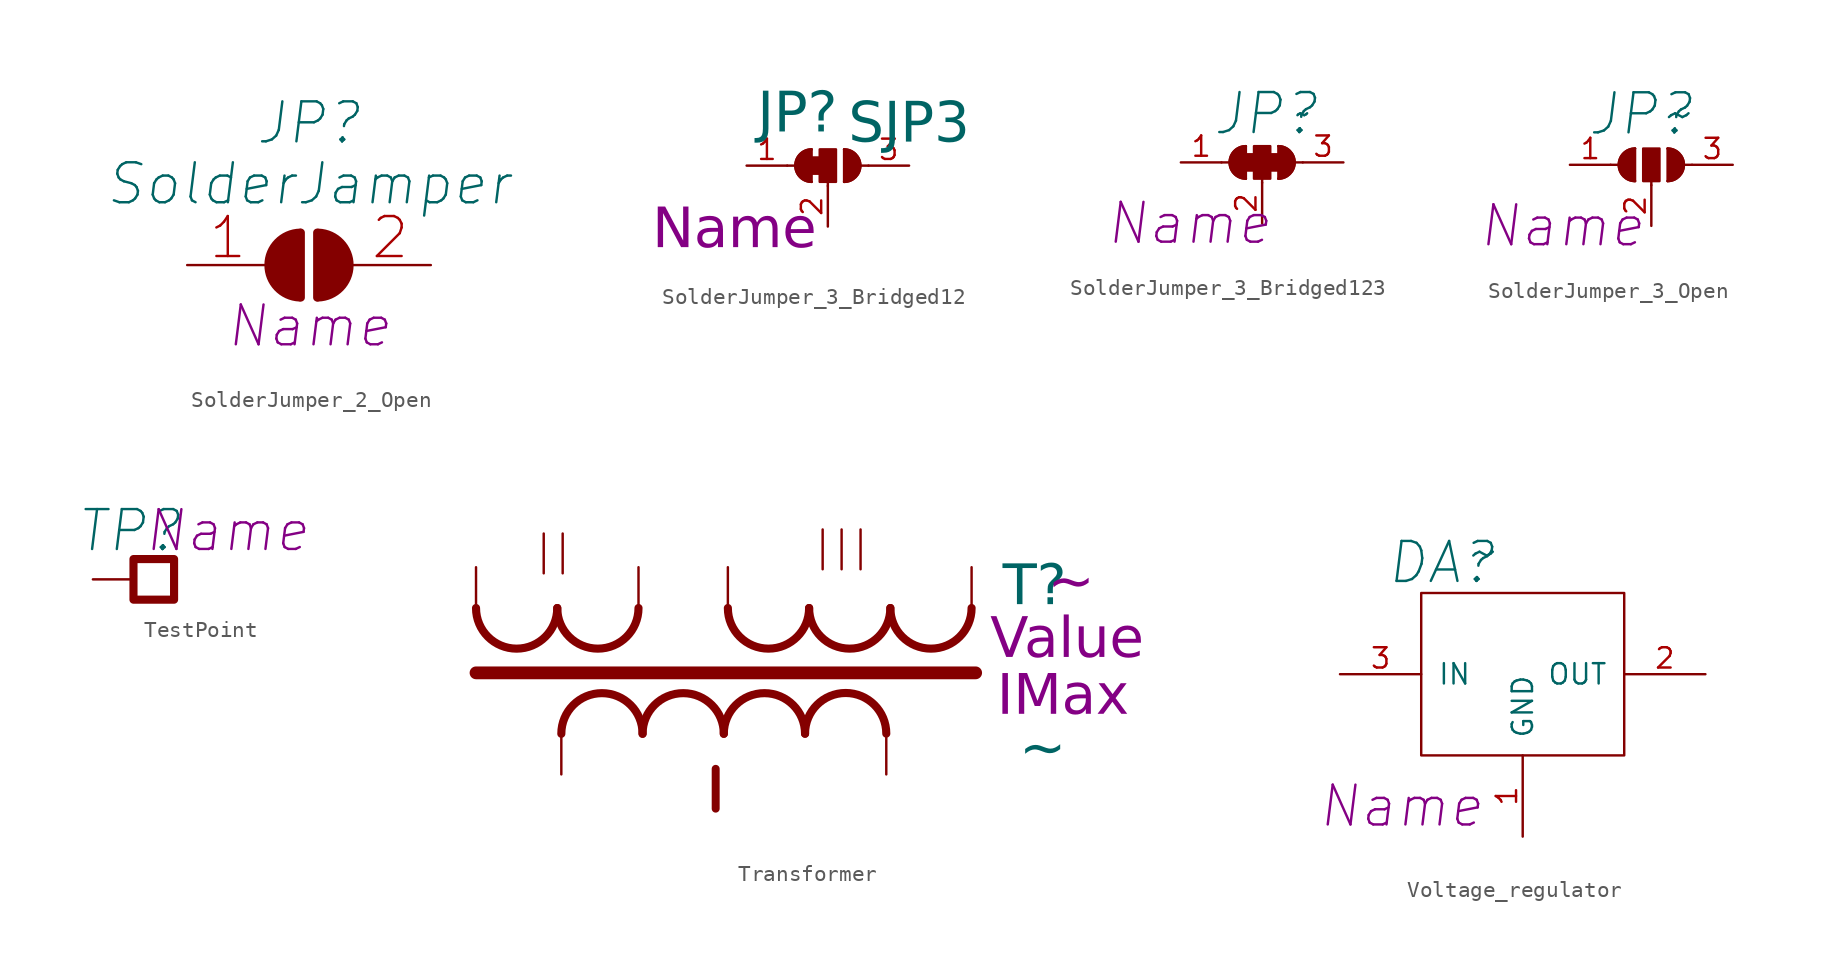
<source format=kicad_sym>
(kicad_symbol_lib
  (version 20241209)
  (generator "kicad_symbol_editor")
  (generator_version "9.0")
  (symbol "SolderJumper_2_Open"
    (pin_names
      (offset 0)
      (hide yes))
    (property "Reference" "JP"
      (at 0 8.89 0)
      (effects (font (size 2.5 2.5) (italic yes))))
    (property "Value" "SolderJamper"
      (at 0 5.08 0)
      (effects (font (size 2.5 2.5) (italic yes))))
    (property "Name" "Name"
      (at 0 -3.81 0)
      (effects (font (size 2.489 2.489) (italic yes))))
    (symbol "SolderJumper_2_Open_0_1"
      (arc (start -0.5933 -2.0315) (mid -2.5413 0.014) (end -0.5653 2.0325) (stroke (width 0.5) (type solid)) (fill (type outline)))
      (polyline (pts (xy -0.508 2.032) (xy -0.508 -2.032)) (stroke (width 0.5) (type solid)) (fill (type none)))
      (polyline (pts (xy 0.508 -2.032) (xy 0.508 2.032)) (stroke (width 0.5) (type solid)) (fill (type none)))
      (arc (start 0.5932 2.0315) (mid 2.5412 -0.014) (end 0.5652 -2.0325) (stroke (width 0.5) (type solid)) (fill (type outline))))
    (symbol "SolderJumper_2_Open_1_1"
      (pin passive line (at -7.62 0 0) (length 5.08) (name "1" (effects (font (size 2.5 2.5)))) (number "1" (effects (font (size 2.5 2.5)))))
      (pin passive line (at 7.62 0 180) (length 5.08) (name "2" (effects (font (size 2.5 2.5)))) (number "2" (effects (font (size 2.5 2.5)))))))
  (symbol "SolderJumper_3_Bridged12"
    (pin_names
      (offset 0)
      (hide yes))
    (property "Reference" "JP"
      (at -1.905 3.175 0)
      (effects (font (face "GOST type A") (size 2.5 2.5) (italic yes))))
    (property "Value" "SJP3"
      (at 5.08 2.54 0)
      (effects (font (face "GOST type A") (size 2.5 2.5) (italic yes))))
    (property "Name" "Name"
      (at -5.842 -4.064 0)
      (effects (font (face "GOST type A") (size 2.489 2.489) (italic yes))))
    (symbol "SolderJumper_3_Bridged12_0_1"
      (polyline (pts (xy -2.54 0) (xy -2.032 0)) (stroke (width 0) (type solid)) (fill (type none)))
      (polyline (pts (xy -1.016 1.016) (xy -1.016 -1.016)) (stroke (width 0) (type solid)) (fill (type none)))
      (rectangle (start -1.016 0.508) (end -0.508 -0.508) (stroke (width 0) (type solid)) (fill (type outline)))
      (arc (start -1.016 -1.016) (mid -2.0276 0) (end -1.016 1.016) (stroke (width 0) (type solid)) (fill (type none)))
      (arc (start -1.016 -1.016) (mid -2.0276 0) (end -1.016 1.016) (stroke (width 0) (type solid)) (fill (type outline)))
      (rectangle (start -0.508 1.016) (end 0.508 -1.016) (stroke (width 0) (type solid)) (fill (type outline)))
      (polyline (pts (xy 0 -1.27) (xy 0 -1.016)) (stroke (width 0) (type solid)) (fill (type none)))
      (arc (start 1.016 1.016) (mid 2.0276 0) (end 1.016 -1.016) (stroke (width 0) (type solid)) (fill (type none)))
      (arc (start 1.016 1.016) (mid 2.0276 0) (end 1.016 -1.016) (stroke (width 0) (type solid)) (fill (type outline)))
      (polyline (pts (xy 1.016 1.016) (xy 1.016 -1.016)) (stroke (width 0) (type solid)) (fill (type none)))
      (polyline (pts (xy 2.54 0) (xy 2.032 0)) (stroke (width 0) (type solid)) (fill (type none))))
    (symbol "SolderJumper_3_Bridged12_1_1"
      (pin passive line (at -5.08 0 0) (length 2.54) (name "A" (effects (font (size 1.27 1.27)))) (number "1" (effects (font (size 1.27 1.27)))))
      (pin input line (at 0 -3.81 90) (length 2.54) (name "C" (effects (font (size 1.27 1.27)))) (number "2" (effects (font (size 1.27 1.27)))))
      (pin passive line (at 5.08 0 180) (length 2.54) (name "B" (effects (font (size 1.27 1.27)))) (number "3" (effects (font (size 1.27 1.27)))))))
  (symbol "SolderJumper_3_Bridged123"
    (pin_names
      (offset 0)
      (hide yes))
    (property "Reference" "JP"
      (at 0.254 3.048 0)
      (effects (font (size 2.5 2.5) (italic yes))))
    (property "Value" "~"
      (at 2.54 3.048 0)
      (effects (font (size 1.27 1.27))))
    (property "Name" "Name"
      (at -4.572 -3.81 0)
      (effects (font (size 2.489 2.489) (italic yes))))
    (symbol "SolderJumper_3_Bridged123_0_1"
      (polyline (pts (xy -2.54 0) (xy -2.032 0)) (stroke (width 0) (type solid)) (fill (type none)))
      (polyline (pts (xy -1.016 1.016) (xy -1.016 -1.016)) (stroke (width 0) (type solid)) (fill (type none)))
      (rectangle (start -1.016 0.508) (end -0.508 -0.508) (stroke (width 0) (type solid)) (fill (type outline)))
      (arc (start -1.016 -1.016) (mid -2.0276 0) (end -1.016 1.016) (stroke (width 0) (type solid)) (fill (type none)))
      (arc (start -1.016 -1.016) (mid -2.0276 0) (end -1.016 1.016) (stroke (width 0) (type solid)) (fill (type outline)))
      (rectangle (start -0.508 1.016) (end 0.508 -1.016) (stroke (width 0) (type solid)) (fill (type outline)))
      (polyline (pts (xy 0 -1.27) (xy 0 -1.016)) (stroke (width 0) (type solid)) (fill (type none)))
      (rectangle (start 0.508 0.508) (end 1.016 -0.508) (stroke (width 0) (type solid)) (fill (type outline)))
      (arc (start 1.016 1.016) (mid 2.0276 0) (end 1.016 -1.016) (stroke (width 0) (type solid)) (fill (type none)))
      (arc (start 1.016 1.016) (mid 2.0276 0) (end 1.016 -1.016) (stroke (width 0) (type solid)) (fill (type outline)))
      (polyline (pts (xy 1.016 1.016) (xy 1.016 -1.016)) (stroke (width 0) (type solid)) (fill (type none)))
      (polyline (pts (xy 2.54 0) (xy 2.032 0)) (stroke (width 0) (type solid)) (fill (type none))))
    (symbol "SolderJumper_3_Bridged123_1_1"
      (pin passive line (at -5.08 0 0) (length 2.54) (name "A" (effects (font (size 1.27 1.27)))) (number "1" (effects (font (size 1.27 1.27)))))
      (pin input line (at 0 -3.81 90) (length 2.54) (name "C" (effects (font (size 1.27 1.27)))) (number "2" (effects (font (size 1.27 1.27)))))
      (pin passive line (at 5.08 0 180) (length 2.54) (name "B" (effects (font (size 1.27 1.27)))) (number "3" (effects (font (size 1.27 1.27)))))))
  (symbol "SolderJumper_3_Open"
    (pin_names
      (offset 0)
      (hide yes))
    (property "Reference" "JP"
      (at -0.635 3.175 0)
      (effects (font (size 2.5 2.5) (italic yes))))
    (property "Value" "~"
      (at 1.651 3.175 0)
      (effects (font (size 2.5 2.5) (italic yes))))
    (property "ComponentName" "Name"
      (at -5.588 -3.81 0)
      (effects (font (size 2.489 2.489) (italic yes))))
    (symbol "SolderJumper_3_Open_0_1"
      (polyline (pts (xy -2.54 0) (xy -2.032 0)) (stroke (width 0) (type solid)) (fill (type none)))
      (polyline (pts (xy -1.016 1.016) (xy -1.016 -1.016)) (stroke (width 0) (type solid)) (fill (type none)))
      (arc (start -1.016 -1.016) (mid -2.0276 0) (end -1.016 1.016) (stroke (width 0) (type solid)) (fill (type none)))
      (arc (start -1.016 -1.016) (mid -2.0276 0) (end -1.016 1.016) (stroke (width 0) (type solid)) (fill (type outline)))
      (rectangle (start -0.508 1.016) (end 0.508 -1.016) (stroke (width 0) (type solid)) (fill (type outline)))
      (polyline (pts (xy 0 -1.27) (xy 0 -1.016)) (stroke (width 0) (type solid)) (fill (type none)))
      (arc (start 1.016 1.016) (mid 2.0276 0) (end 1.016 -1.016) (stroke (width 0) (type solid)) (fill (type none)))
      (arc (start 1.016 1.016) (mid 2.0276 0) (end 1.016 -1.016) (stroke (width 0) (type solid)) (fill (type outline)))
      (polyline (pts (xy 1.016 1.016) (xy 1.016 -1.016)) (stroke (width 0) (type solid)) (fill (type none)))
      (polyline (pts (xy 2.54 0) (xy 2.032 0)) (stroke (width 0) (type solid)) (fill (type none))))
    (symbol "SolderJumper_3_Open_1_1"
      (pin passive line (at -5.08 0 0) (length 2.54) (name "A" (effects (font (size 1.27 1.27)))) (number "1" (effects (font (size 1.27 1.27)))))
      (pin input line (at 0 -3.81 90) (length 2.54) (name "C" (effects (font (size 1.27 1.27)))) (number "2" (effects (font (size 1.27 1.27)))))
      (pin passive line (at 5.08 0 180) (length 2.54) (name "B" (effects (font (size 1.27 1.27)))) (number "3" (effects (font (size 1.27 1.27)))))))
  (symbol "TestPoint"
    (pin_numbers
      (hide yes))
    (pin_names
      (offset 0)
      (hide yes))
    (property "Reference" "TP"
      (at 2.286 3.048 0)
      (effects (font (size 2.5 2.5) (italic yes))))
    (property "Name" "Name"
      (at 8.382 3.048 0)
      (effects (font (size 2.489 2.489) (italic yes))))
    (symbol "TestPoint_0_1"
      (rectangle (start 2.54 1.27) (end 5.08 -1.27) (stroke (width 0.508) (type solid)) (fill (type none))))
    (symbol "TestPoint_1_1"
      (pin passive line (at 0 0 0) (length 2.54) (name "1" (effects (font (size 1.27 1.27)))) (number "1" (effects (font (size 1.27 1.27)))))))
  (symbol "Transformer"
    (pin_numbers
      (hide yes))
    (pin_names
      (offset 1.016)
      (hide yes))
    (property "Reference" "T"
      (at 19.685 5.08 0)
      (effects (font (face "GOST type A") (size 2.5 2.5) (italic yes))))
    (property "Value" "~"
      (at 20.193 -5.08 0)
      (effects (font (face "GOST type A") (size 2.5 2.5) (italic yes))))
    (property "Datasheet" "~"
      (at 21.971 5.334 0)
      (effects (font (face "GOST type A") (size 2.5 2.5) (italic yes))))
    (property "Inductance" "Value"
      (at 21.717 1.778 0)
      (effects (font (face "GOST type A") (size 2.5 2.5) (italic yes))))
    (property "MaxCurrentTemp" "IMax"
      (at 21.463 -1.778 0)
      (effects (font (face "GOST type A") (size 2.5 2.5) (italic yes))))
    (symbol "Transformer_0_1"
      (arc (start -10.16 3.799) (mid -12.7 1.27) (end -15.24 3.799) (stroke (width 0.508) (type solid)) (fill (type none)))
      (arc (start -5.08 3.799) (mid -7.62 1.27) (end -10.16 3.799) (stroke (width 0.508) (type solid)) (fill (type none)))
      (arc (start -9.906 -4.064) (mid -7.366 -1.535) (end -4.826 -4.064) (stroke (width 0.508) (type solid)) (fill (type none)))
      (arc (start -4.826 -4.064) (mid -2.286 -1.535) (end 0.254 -4.064) (stroke (width 0.508) (type solid)) (fill (type none)))
      (arc (start 0.254 -4.064) (mid 2.794 -1.535) (end 5.334 -4.064) (stroke (width 0.508) (type solid)) (fill (type none)))
      (arc (start 5.588 3.799) (mid 3.048 1.27) (end 0.508 3.799) (stroke (width 0.508) (type solid)) (fill (type none)))
      (arc (start 5.334 -4.053) (mid 7.874 -1.524) (end 10.414 -4.053) (stroke (width 0.508) (type solid)) (fill (type none)))
      (arc (start 10.668 3.799) (mid 8.128 1.27) (end 5.588 3.799) (stroke (width 0.508) (type solid)) (fill (type none)))
      (arc (start 15.748 3.799) (mid 13.208 1.27) (end 10.668 3.799) (stroke (width 0.508) (type solid)) (fill (type none))))
    (symbol "Transformer_1_1"
      (polyline (pts (xy -15.24 -0.254) (xy 16.002 -0.254)) (stroke (width 0.8) (type default)) (fill (type none)))
      (text "II" (at -10.414 7.112 0) (effects (font (size 2.489 2.489))))
      (text "I" (at -0.254 -7.62 0) (effects (font (size 2.489 2.489) (bold yes))))
      (text "III" (at 7.62 7.366 0) (effects (font (size 2.489 2.489))))
      (pin passive line (at -15.24 6.35 270) (length 2.54) (name "3" (effects (font (size 1.27 1.27)))) (number "3" (effects (font (size 1.27 1.27)))))
      (pin passive line (at -9.906 -6.604 90) (length 2.54) (name "1" (effects (font (size 1.27 1.27)))) (number "1" (effects (font (size 1.27 1.27)))))
      (pin passive line (at -5.08 6.35 270) (length 2.54) (name "4" (effects (font (size 1.27 1.27)))) (number "4" (effects (font (size 1.27 1.27)))))
      (pin passive line (at 0.508 6.35 270) (length 2.54) (name "5" (effects (font (size 1.27 1.27)))) (number "5" (effects (font (size 1.27 1.27)))))
      (pin passive line (at 10.414 -6.604 90) (length 2.54) (name "2" (effects (font (size 1.27 1.27)))) (number "2" (effects (font (size 1.27 1.27)))))
      (pin passive line (at 15.748 6.35 270) (length 2.54) (name "6" (effects (font (size 1.27 1.27)))) (number "6" (effects (font (size 1.27 1.27)))))))
  (symbol "Voltage_regulator"
    (pin_names
      (offset 1.016))
    (property "Reference" "DA"
      (at -19.05 6.985 0)
      (effects (font (size 2.5 2.5) (italic yes))))
    (property "Value" "~"
      (at -16.51 7.62 0)
      (effects (font (size 2.5 2.5) (italic yes))))
    (property "Name" "Name"
      (at -21.59 -8.255 0)
      (effects (font (size 2.489 2.489) (italic yes))))
    (symbol "Voltage_regulator_0_1"
      (polyline (pts (xy -20.32 0) (xy -20.32 5.08) (xy -7.62 5.08) (xy -7.62 -5.08) (xy -20.32 -5.08) (xy -20.32 0)) (stroke (width 0) (type solid)) (fill (type none))))
    (symbol "Voltage_regulator_1_1"
      (pin power_in line (at -25.4 0 0) (length 5.08) (name "IN" (effects (font (size 1.27 1.27)))) (number "3" (effects (font (size 1.27 1.27)))))
      (pin power_in line (at -13.97 -10.16 90) (length 5.08) (name "GND" (effects (font (size 1.27 1.27)))) (number "1" (effects (font (size 1.27 1.27)))))
      (pin power_out line (at -2.54 0 180) (length 5.08) (name "OUT" (effects (font (size 1.27 1.27)))) (number "2" (effects (font (size 1.27 1.27))))))))
</source>
